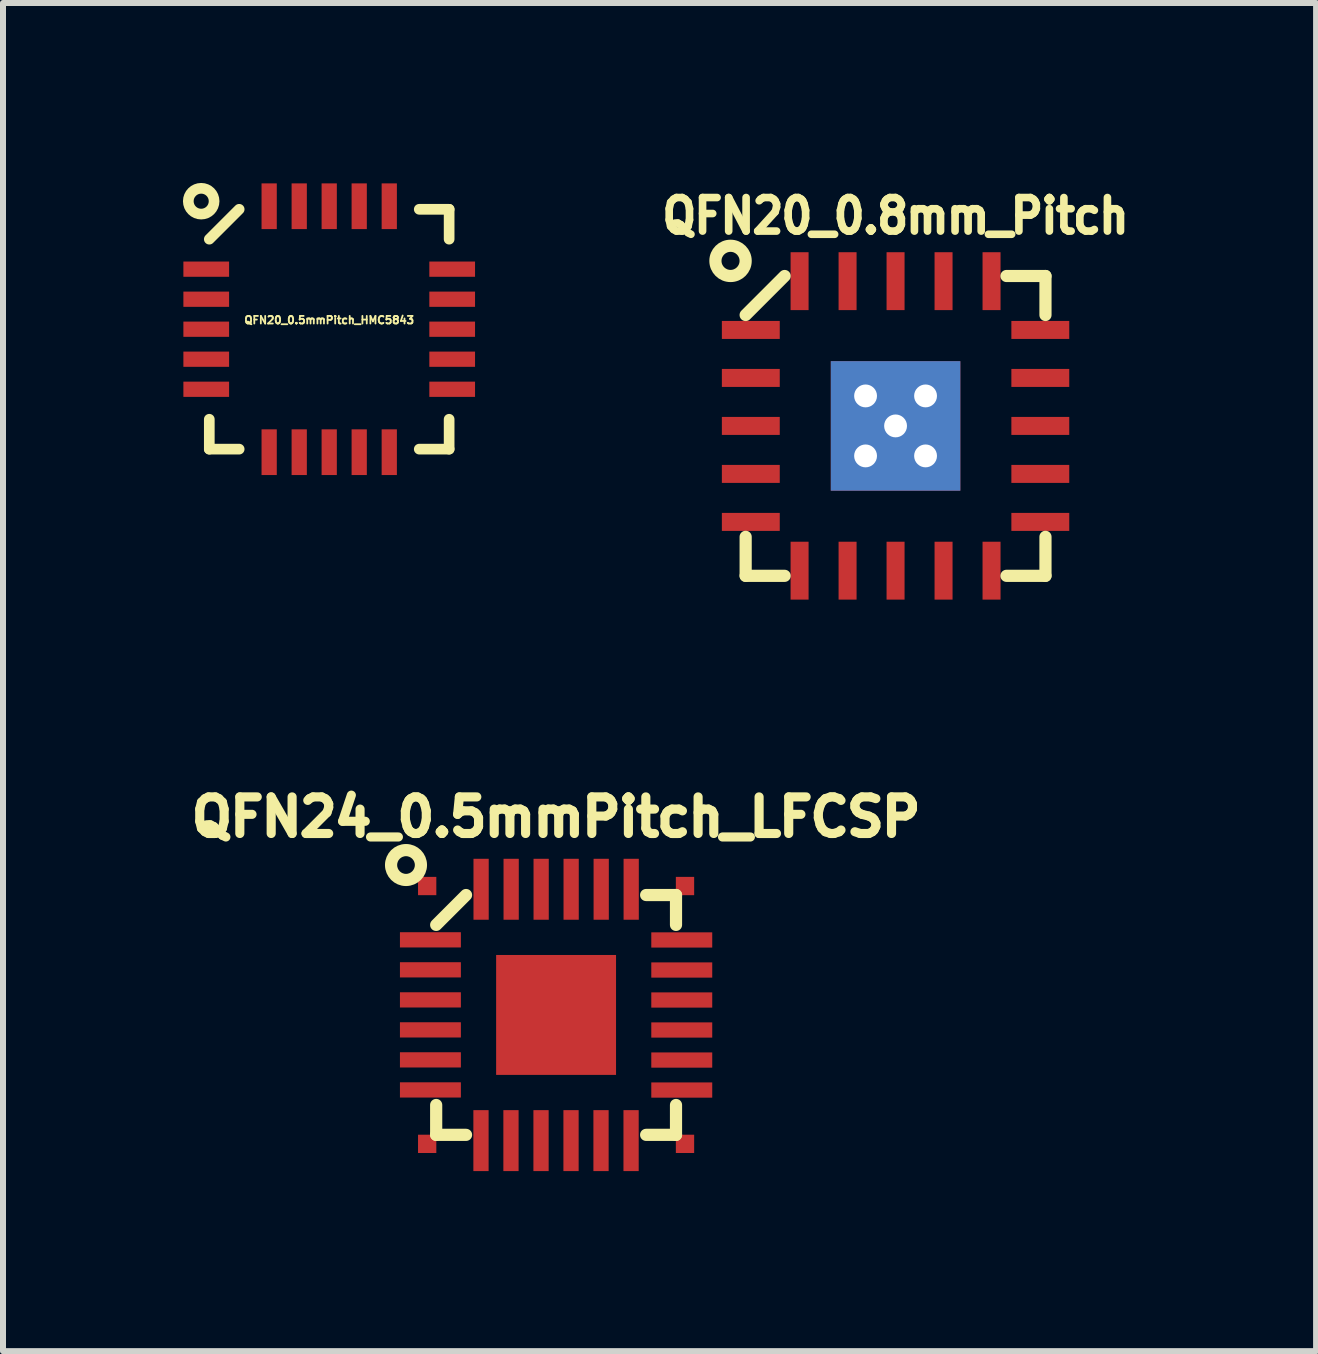
<source format=kicad_pcb>
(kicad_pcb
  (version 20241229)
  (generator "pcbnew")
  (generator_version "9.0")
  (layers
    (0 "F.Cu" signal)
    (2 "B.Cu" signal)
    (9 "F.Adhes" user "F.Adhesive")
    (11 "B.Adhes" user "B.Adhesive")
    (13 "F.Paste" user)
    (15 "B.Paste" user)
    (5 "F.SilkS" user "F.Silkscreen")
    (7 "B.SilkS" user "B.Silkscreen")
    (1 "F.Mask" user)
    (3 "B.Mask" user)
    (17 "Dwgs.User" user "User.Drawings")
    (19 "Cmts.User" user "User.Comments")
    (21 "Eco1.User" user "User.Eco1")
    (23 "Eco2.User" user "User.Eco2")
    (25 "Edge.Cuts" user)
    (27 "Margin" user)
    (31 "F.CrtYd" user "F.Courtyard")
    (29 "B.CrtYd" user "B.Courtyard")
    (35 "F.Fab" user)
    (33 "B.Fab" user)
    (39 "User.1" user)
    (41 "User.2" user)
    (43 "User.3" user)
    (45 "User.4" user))
  (footprint "QFN20_0.8mm_Pitch"
    (layer "F.Cu")
    (at 11.879 4.05)
    (property "Reference" "QFN20_0.8mm_Pitch" (at 0 -3.5 0) (layer "F.SilkS") (effects (font (size 0.559 0.508) (thickness 0.127))))
    (attr smd)
    (fp_line (start -2.499 2.499) (end -2.499 1.849) (stroke (width 0.203) (type solid)) (layer "F.SilkS"))
    (fp_line (start -2.499 2.499) (end -1.849 2.499) (stroke (width 0.203) (type solid)) (layer "F.SilkS"))
    (fp_line (start -1.849 -2.499) (end -2.499 -1.849) (stroke (width 0.203) (type solid)) (layer "F.SilkS"))
    (fp_line (start 2.499 -2.499) (end 1.849 -2.499) (stroke (width 0.203) (type solid)) (layer "F.SilkS"))
    (fp_line (start 2.499 -2.499) (end 2.499 -1.849) (stroke (width 0.203) (type solid)) (layer "F.SilkS"))
    (fp_line (start 2.499 2.499) (end 1.849 2.499) (stroke (width 0.203) (type solid)) (layer "F.SilkS"))
    (fp_line (start 2.499 2.499) (end 2.499 1.849) (stroke (width 0.203) (type solid)) (layer "F.SilkS"))
    (fp_circle (center -2.751 -2.751) (end -2.499 -2.751) (stroke (width 0.203) (type solid)) (fill no) (layer "F.SilkS"))
    (pad "1" smd rect (at -2.413 -1.6 90) (size 0.3 0.965) (layers "F.Cu" "F.Mask" "F.Paste"))
    (pad "2" smd rect (at -2.413 -0.8 90) (size 0.3 0.965) (layers "F.Cu" "F.Mask" "F.Paste"))
    (pad "3" smd rect (at -2.413 0 90) (size 0.3 0.965) (layers "F.Cu" "F.Mask" "F.Paste"))
    (pad "4" smd rect (at -2.413 0.8 90) (size 0.3 0.965) (layers "F.Cu" "F.Mask" "F.Paste"))
    (pad "5" smd rect (at -2.413 1.6 90) (size 0.3 0.965) (layers "F.Cu" "F.Mask" "F.Paste"))
    (pad "6" smd rect (at -1.6 2.413) (size 0.3 0.965) (layers "F.Cu" "F.Mask" "F.Paste"))
    (pad "7" smd rect (at -0.8 2.413) (size 0.3 0.965) (layers "F.Cu" "F.Mask" "F.Paste"))
    (pad "8" smd rect (at 0 2.413) (size 0.3 0.965) (layers "F.Cu" "F.Mask" "F.Paste"))
    (pad "9" smd rect (at 0.8 2.413) (size 0.3 0.965) (layers "F.Cu" "F.Mask" "F.Paste"))
    (pad "10" smd rect (at 1.6 2.413) (size 0.3 0.965) (layers "F.Cu" "F.Mask" "F.Paste"))
    (pad "11" smd rect (at 2.413 1.6 270) (size 0.3 0.965) (layers "F.Cu" "F.Mask" "F.Paste"))
    (pad "12" smd rect (at 2.413 0.8 270) (size 0.3 0.965) (layers "F.Cu" "F.Mask" "F.Paste"))
    (pad "13" smd rect (at 2.413 0 270) (size 0.3 0.965) (layers "F.Cu" "F.Mask" "F.Paste"))
    (pad "14" smd rect (at 2.413 -0.8 270) (size 0.3 0.965) (layers "F.Cu" "F.Mask" "F.Paste"))
    (pad "15" smd rect (at 2.413 -1.6 270) (size 0.3 0.965) (layers "F.Cu" "F.Mask" "F.Paste"))
    (pad "16" smd rect (at 1.6 -2.413) (size 0.3 0.965) (layers "F.Cu" "F.Mask" "F.Paste"))
    (pad "17" smd rect (at 0.8 -2.413) (size 0.3 0.965) (layers "F.Cu" "F.Mask" "F.Paste"))
    (pad "18" smd rect (at 0 -2.413) (size 0.3 0.965) (layers "F.Cu" "F.Mask" "F.Paste"))
    (pad "19" smd rect (at -0.8 -2.413) (size 0.3 0.965) (layers "F.Cu" "F.Mask" "F.Paste"))
    (pad "20" smd rect (at -1.6 -2.413) (size 0.3 0.965) (layers "F.Cu" "F.Mask" "F.Paste"))
    (pad "21" thru_hole rect (at -0.5 -0.5) (size 0.762 0.762) (drill 0.381) (layers "*.Cu" "F.Mask"))
    (pad "21" thru_hole rect (at -0.5 0.5) (size 0.762 0.762) (drill 0.381) (layers "*.Cu" "F.Mask"))
    (pad "21" thru_hole rect (at 0 0) (size 2.159 2.159) (drill 0.381) (layers "*.Cu" "F.Mask"))
    (pad "21" thru_hole rect (at 0.5 -0.5) (size 0.762 0.762) (drill 0.381) (layers "*.Cu" "F.Mask"))
    (pad "21" thru_hole rect (at 0.5 0.5) (size 0.762 0.762) (drill 0.381) (layers "*.Cu" "F.Mask")))
  (footprint "QFN24_0.5mmPitch_LFCSP"
    (layer "F.Cu")
    (at 6.22 13.869)
    (property "Reference" "QFN24_0.5mmPitch_LFCSP" (at 0 -3.299 0) (layer "F.SilkS") (effects (font (size 0.61 0.61) (thickness 0.152))))
    (attr smd)
    (fp_line (start -1.999 -1.501) (end -1.501 -1.999) (stroke (width 0.203) (type solid)) (layer "F.SilkS"))
    (fp_line (start -1.999 1.999) (end -1.999 1.501) (stroke (width 0.203) (type solid)) (layer "F.SilkS"))
    (fp_line (start -1.999 1.999) (end -1.501 1.999) (stroke (width 0.203) (type solid)) (layer "F.SilkS"))
    (fp_line (start 1.999 -1.999) (end 1.501 -1.999) (stroke (width 0.203) (type solid)) (layer "F.SilkS"))
    (fp_line (start 1.999 -1.999) (end 1.999 -1.501) (stroke (width 0.203) (type solid)) (layer "F.SilkS"))
    (fp_line (start 1.999 1.999) (end 1.501 1.999) (stroke (width 0.203) (type solid)) (layer "F.SilkS"))
    (fp_line (start 1.999 1.999) (end 1.999 1.501) (stroke (width 0.203) (type solid)) (layer "F.SilkS"))
    (fp_circle (center -2.502 -2.499) (end -2.751 -2.499) (stroke (width 0.203) (type solid)) (fill no) (layer "F.SilkS"))
    (pad "0" smd rect (at -2.149 -2.149) (size 0.305 0.305) (layers "F.Cu" "F.Mask"))
    (pad "0" smd rect (at -2.149 2.149) (size 0.305 0.305) (layers "F.Cu" "F.Mask"))
    (pad "0" smd rect (at 2.149 -2.149) (size 0.305 0.305) (layers "F.Cu" "F.Mask"))
    (pad "0" smd rect (at 2.149 2.149) (size 0.305 0.305) (layers "F.Cu" "F.Mask"))
    (pad "1" smd rect (at -2.095 -1.252 90) (size 0.254 1.016) (layers "F.Cu" "F.Mask" "F.Paste"))
    (pad "2" smd rect (at -2.095 -0.752 90) (size 0.254 1.016) (layers "F.Cu" "F.Mask" "F.Paste"))
    (pad "3" smd rect (at -2.095 -0.251 90) (size 0.254 1.016) (layers "F.Cu" "F.Mask" "F.Paste"))
    (pad "4" smd rect (at -2.095 0.249 90) (size 0.254 1.016) (layers "F.Cu" "F.Mask" "F.Paste"))
    (pad "5" smd rect (at -2.095 0.749 90) (size 0.254 1.016) (layers "F.Cu" "F.Mask" "F.Paste"))
    (pad "6" smd rect (at -2.095 1.25 90) (size 0.254 1.016) (layers "F.Cu" "F.Mask" "F.Paste"))
    (pad "7" smd rect (at -1.252 2.095) (size 0.254 1.016) (layers "F.Cu" "F.Mask" "F.Paste"))
    (pad "8" smd rect (at -0.752 2.095) (size 0.254 1.016) (layers "F.Cu" "F.Mask" "F.Paste"))
    (pad "9" smd rect (at -0.251 2.095) (size 0.254 1.016) (layers "F.Cu" "F.Mask" "F.Paste"))
    (pad "10" smd rect (at 0.249 2.095) (size 0.254 1.016) (layers "F.Cu" "F.Mask" "F.Paste"))
    (pad "11" smd rect (at 0.749 2.095) (size 0.254 1.016) (layers "F.Cu" "F.Mask" "F.Paste"))
    (pad "12" smd rect (at 1.25 2.095) (size 0.254 1.016) (layers "F.Cu" "F.Mask" "F.Paste"))
    (pad "13" smd rect (at 2.095 1.252 270) (size 0.254 1.016) (layers "F.Cu" "F.Mask" "F.Paste"))
    (pad "14" smd rect (at 2.095 0.752 270) (size 0.254 1.016) (layers "F.Cu" "F.Mask" "F.Paste"))
    (pad "15" smd rect (at 2.095 0.251 270) (size 0.254 1.016) (layers "F.Cu" "F.Mask" "F.Paste"))
    (pad "16" smd rect (at 2.095 -0.249 270) (size 0.254 1.016) (layers "F.Cu" "F.Mask" "F.Paste"))
    (pad "17" smd rect (at 2.095 -0.749 270) (size 0.254 1.016) (layers "F.Cu" "F.Mask" "F.Paste"))
    (pad "18" smd rect (at 2.095 -1.25 270) (size 0.254 1.016) (layers "F.Cu" "F.Mask" "F.Paste"))
    (pad "19" smd rect (at 1.252 -2.095) (size 0.254 1.016) (layers "F.Cu" "F.Mask" "F.Paste"))
    (pad "20" smd rect (at 0.752 -2.095) (size 0.254 1.016) (layers "F.Cu" "F.Mask" "F.Paste"))
    (pad "21" smd rect (at 0.251 -2.095) (size 0.254 1.016) (layers "F.Cu" "F.Mask" "F.Paste"))
    (pad "22" smd rect (at -0.249 -2.095) (size 0.254 1.016) (layers "F.Cu" "F.Mask" "F.Paste"))
    (pad "23" smd rect (at -0.749 -2.095) (size 0.254 1.016) (layers "F.Cu" "F.Mask" "F.Paste"))
    (pad "24" smd rect (at -1.25 -2.095) (size 0.254 1.016) (layers "F.Cu" "F.Mask" "F.Paste"))
    (pad "25" smd rect (at -0.5 -0.5) (size 0.5 0.5) (layers "F.Cu" "F.Mask" "F.Paste"))
    (pad "25" smd rect (at -0.5 0.5) (size 0.5 0.5) (layers "F.Cu" "F.Mask" "F.Paste"))
    (pad "25" smd rect (at 0 0) (size 1.999 1.999) (layers "F.Cu" "F.Mask"))
    (pad "25" smd rect (at 0.5 -0.5) (size 0.5 0.5) (layers "F.Cu" "F.Mask" "F.Paste"))
    (pad "25" smd rect (at 0.5 0.5) (size 0.5 0.5) (layers "F.Cu" "F.Mask" "F.Paste")))
  (footprint "QFN20_0.5mmPitch_HMC5843"
    (layer "F.Cu")
    (at 2.438 2.438)
    (property "Reference" "QFN20_0.5mmPitch_HMC5843" (at 0 -0.152 0) (layer "F.SilkS") (effects (font (size 0.127 0.127) (thickness 0.03))))
    (attr smd)
    (fp_line (start -1.999 1.999) (end -1.999 1.501) (stroke (width 0.178) (type solid)) (layer "F.SilkS"))
    (fp_line (start -1.501 -1.999) (end -1.999 -1.501) (stroke (width 0.178) (type solid)) (layer "F.SilkS"))
    (fp_line (start -1.501 1.999) (end -1.999 1.999) (stroke (width 0.178) (type solid)) (layer "F.SilkS"))
    (fp_line (start 1.501 1.999) (end 1.999 1.999) (stroke (width 0.178) (type solid)) (layer "F.SilkS"))
    (fp_line (start 1.999 -1.999) (end 1.501 -1.999) (stroke (width 0.178) (type solid)) (layer "F.SilkS"))
    (fp_line (start 1.999 -1.501) (end 1.999 -1.999) (stroke (width 0.178) (type solid)) (layer "F.SilkS"))
    (fp_line (start 1.999 1.999) (end 1.999 1.501) (stroke (width 0.178) (type solid)) (layer "F.SilkS"))
    (fp_circle (center -2.134 -2.134) (end -2.286 -2.286) (stroke (width 0.178) (type solid)) (fill no) (layer "F.SilkS"))
    (pad "1" smd rect (at -2.05 -1.001 90) (size 0.254 0.762) (layers "F.Cu" "F.Mask" "F.Paste"))
    (pad "2" smd rect (at -2.05 -0.5 90) (size 0.254 0.762) (layers "F.Cu" "F.Mask" "F.Paste"))
    (pad "3" smd rect (at -2.05 0 90) (size 0.254 0.762) (layers "F.Cu" "F.Mask" "F.Paste"))
    (pad "4" smd rect (at -2.05 0.5 90) (size 0.254 0.762) (layers "F.Cu" "F.Mask" "F.Paste"))
    (pad "5" smd rect (at -2.05 1.001 90) (size 0.254 0.762) (layers "F.Cu" "F.Mask" "F.Paste"))
    (pad "6" smd rect (at -1.001 2.05) (size 0.254 0.762) (layers "F.Cu" "F.Mask" "F.Paste"))
    (pad "7" smd rect (at -0.5 2.05) (size 0.254 0.762) (layers "F.Cu" "F.Mask" "F.Paste"))
    (pad "8" smd rect (at 0 2.05) (size 0.254 0.762) (layers "F.Cu" "F.Mask" "F.Paste"))
    (pad "9" smd rect (at 0.5 2.05) (size 0.254 0.762) (layers "F.Cu" "F.Mask" "F.Paste"))
    (pad "10" smd rect (at 1.001 2.05) (size 0.254 0.762) (layers "F.Cu" "F.Mask" "F.Paste"))
    (pad "11" smd rect (at 2.05 1.001 270) (size 0.254 0.762) (layers "F.Cu" "F.Mask" "F.Paste"))
    (pad "12" smd rect (at 2.05 0.5 270) (size 0.254 0.762) (layers "F.Cu" "F.Mask" "F.Paste"))
    (pad "13" smd rect (at 2.05 0 270) (size 0.254 0.762) (layers "F.Cu" "F.Mask" "F.Paste"))
    (pad "14" smd rect (at 2.05 -0.5 270) (size 0.254 0.762) (layers "F.Cu" "F.Mask" "F.Paste"))
    (pad "15" smd rect (at 2.05 -1.001 270) (size 0.254 0.762) (layers "F.Cu" "F.Mask" "F.Paste"))
    (pad "16" smd rect (at 1.001 -2.05) (size 0.254 0.762) (layers "F.Cu" "F.Mask" "F.Paste"))
    (pad "17" smd rect (at 0.5 -2.05) (size 0.254 0.762) (layers "F.Cu" "F.Mask" "F.Paste"))
    (pad "18" smd rect (at 0 -2.05) (size 0.254 0.762) (layers "F.Cu" "F.Mask" "F.Paste"))
    (pad "19" smd rect (at -0.5 -2.05) (size 0.254 0.762) (layers "F.Cu" "F.Mask" "F.Paste"))
    (pad "20" smd rect (at -1.001 -2.05) (size 0.254 0.762) (layers "F.Cu" "F.Mask" "F.Paste")))
  (gr_rect
    (start -3 -3)
    (end 18.889 19.473)
    (stroke (width 0.1) (type default))
    (fill no)
    (layer "Edge.Cuts")))
</source>
